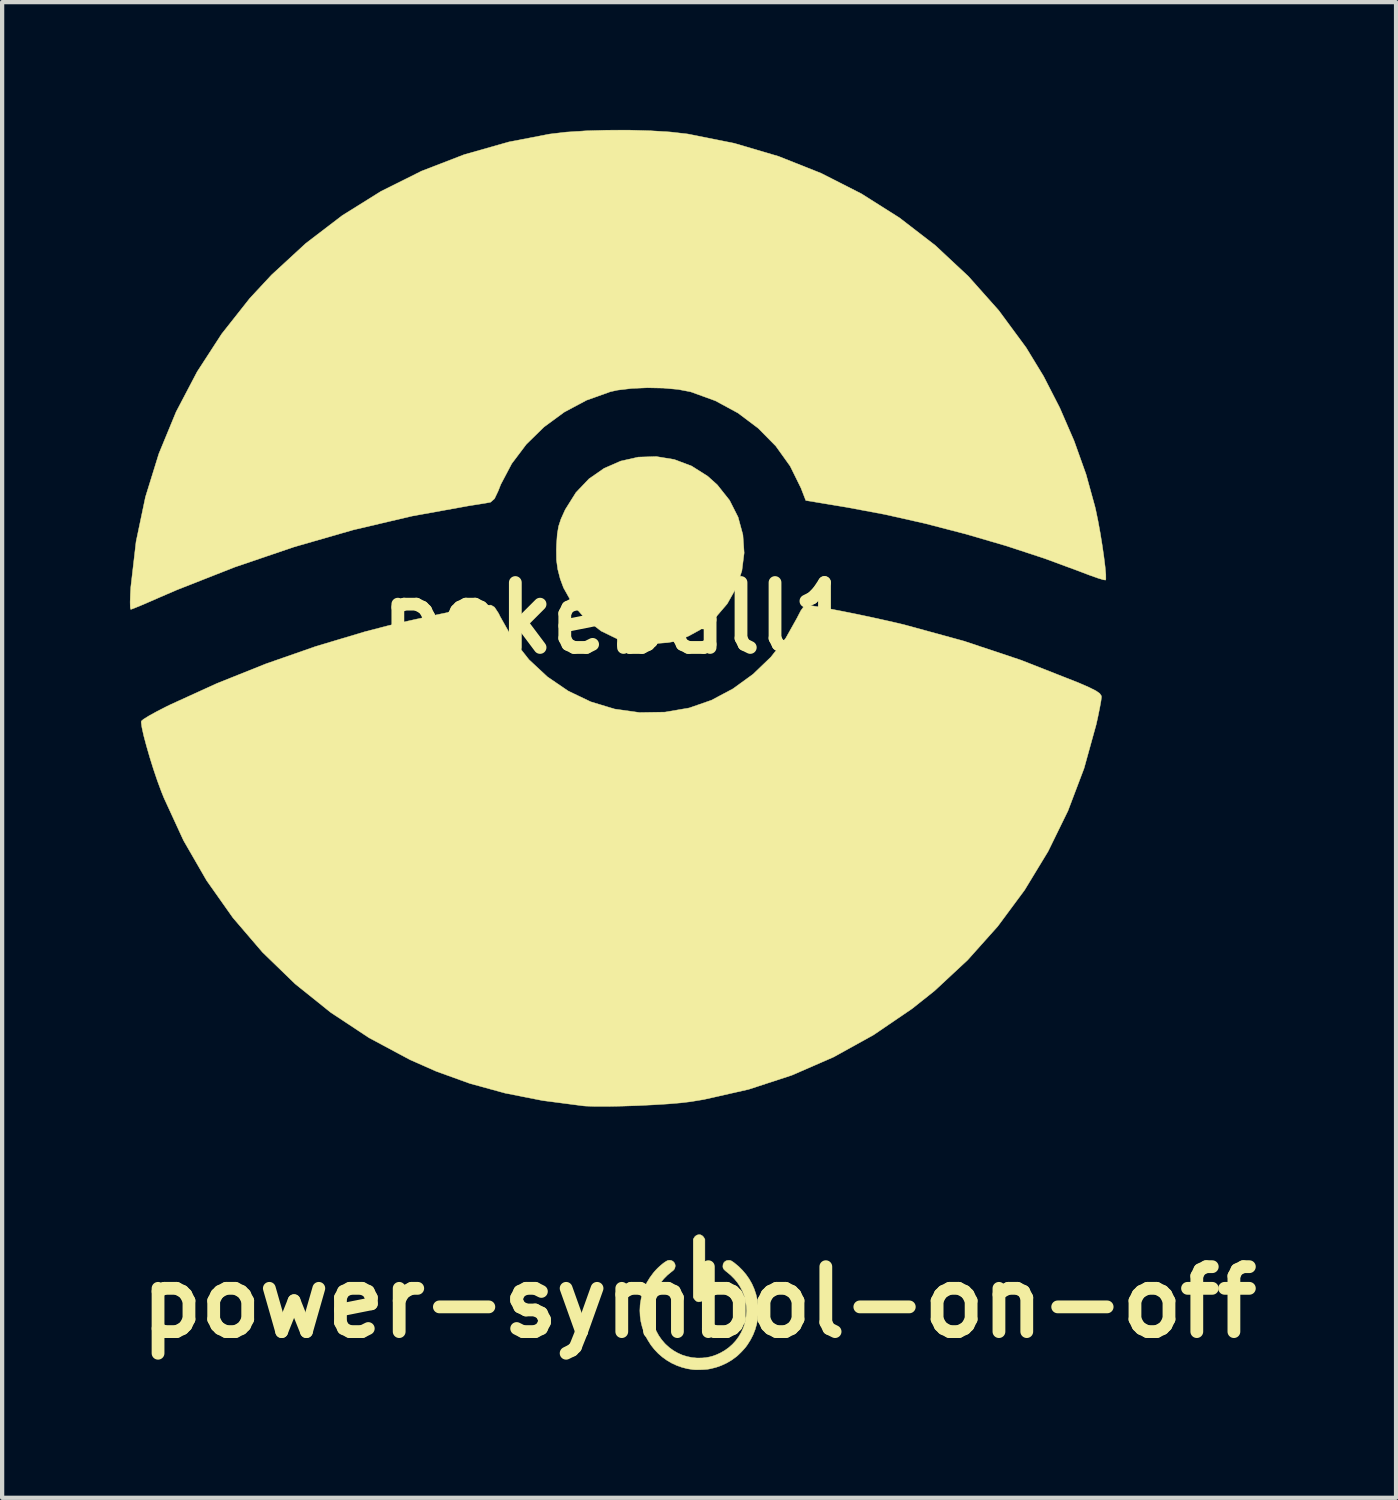
<source format=kicad_pcb>
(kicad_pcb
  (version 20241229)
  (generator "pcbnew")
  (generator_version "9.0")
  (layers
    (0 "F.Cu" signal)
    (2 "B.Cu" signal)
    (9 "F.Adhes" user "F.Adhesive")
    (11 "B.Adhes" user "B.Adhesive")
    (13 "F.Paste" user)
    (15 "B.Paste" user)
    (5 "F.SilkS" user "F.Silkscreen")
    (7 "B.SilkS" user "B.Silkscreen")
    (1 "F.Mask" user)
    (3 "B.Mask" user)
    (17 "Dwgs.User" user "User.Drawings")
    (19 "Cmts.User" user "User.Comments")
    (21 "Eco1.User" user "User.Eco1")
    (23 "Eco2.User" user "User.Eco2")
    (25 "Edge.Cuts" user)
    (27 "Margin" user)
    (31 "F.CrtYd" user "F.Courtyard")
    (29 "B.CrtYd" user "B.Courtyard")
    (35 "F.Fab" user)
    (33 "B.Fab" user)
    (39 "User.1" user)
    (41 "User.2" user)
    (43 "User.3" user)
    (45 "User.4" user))
  (footprint "power-symbol-on-off"
    (layer "F.Cu")
    (at 13.36 27.519)
    (property "Reference" "power-symbol-on-off" (at 0 0 0) (layer "F.SilkS") (effects (font (size 1.524 1.524) (thickness 0.3))))
    (attr through_hole)
    (fp_poly (pts (xy 0.028 -1.585) (xy 0.055 -1.574) (xy 0.083 -1.555) (xy 0.107 -1.529) (xy 0.12 -1.508) (xy 0.137 -1.477) (xy 0.137 -0.117) (xy 0.117 -0.083) (xy 0.092 -0.05) (xy 0.061 -0.026) (xy 0.025 -0.012) (xy -0.012 -0.009) (xy -0.03 -0.012) (xy -0.063 -0.026) (xy -0.093 -0.051) (xy -0.117 -0.082) (xy -0.118 -0.084) (xy -0.137 -0.117) (xy -0.137 -1.477) (xy -0.12 -1.508) (xy -0.096 -1.543) (xy -0.065 -1.568) (xy -0.029 -1.583) (xy 0.01 -1.587) (xy 0.028 -1.585)) (stroke (width 0.01) (type solid)) (fill yes) (layer "F.SilkS"))
    (fp_poly (pts (xy -0.647 -0.979) (xy -0.615 -0.962) (xy -0.589 -0.937) (xy -0.57 -0.907) (xy -0.56 -0.872) (xy -0.561 -0.834) (xy -0.572 -0.795) (xy -0.575 -0.789) (xy -0.585 -0.772) (xy -0.598 -0.756) (xy -0.618 -0.738) (xy -0.645 -0.717) (xy -0.649 -0.714) (xy -0.745 -0.635) (xy -0.83 -0.549) (xy -0.904 -0.457) (xy -0.967 -0.358) (xy -1.02 -0.254) (xy -1.061 -0.145) (xy -1.09 -0.031) (xy -1.108 0.088) (xy -1.11 0.114) (xy -1.113 0.232) (xy -1.103 0.348) (xy -1.081 0.462) (xy -1.048 0.573) (xy -1.003 0.68) (xy -0.947 0.782) (xy -0.88 0.878) (xy -0.803 0.968) (xy -0.782 0.989) (xy -0.694 1.068) (xy -0.599 1.136) (xy -0.499 1.193) (xy -0.393 1.24) (xy -0.282 1.274) (xy -0.168 1.298) (xy -0.051 1.309) (xy 0.068 1.308) (xy 0.074 1.308) (xy 0.163 1.299) (xy 0.246 1.284) (xy 0.327 1.262) (xy 0.409 1.232) (xy 0.494 1.193) (xy 0.498 1.191) (xy 0.601 1.133) (xy 0.696 1.065) (xy 0.783 0.988) (xy 0.861 0.903) (xy 0.93 0.81) (xy 0.989 0.709) (xy 1.037 0.602) (xy 1.055 0.553) (xy 1.087 0.438) (xy 1.106 0.321) (xy 1.114 0.204) (xy 1.109 0.088) (xy 1.092 -0.028) (xy 1.063 -0.141) (xy 1.057 -0.157) (xy 1.015 -0.266) (xy 0.962 -0.368) (xy 0.9 -0.463) (xy 0.826 -0.552) (xy 0.742 -0.636) (xy 0.662 -0.703) (xy 0.626 -0.731) (xy 0.6 -0.755) (xy 0.581 -0.775) (xy 0.569 -0.794) (xy 0.562 -0.813) (xy 0.559 -0.835) (xy 0.559 -0.85) (xy 0.564 -0.891) (xy 0.58 -0.926) (xy 0.605 -0.954) (xy 0.637 -0.974) (xy 0.675 -0.983) (xy 0.676 -0.983) (xy 0.701 -0.984) (xy 0.722 -0.983) (xy 0.742 -0.978) (xy 0.763 -0.968) (xy 0.788 -0.952) (xy 0.819 -0.93) (xy 0.832 -0.92) (xy 0.929 -0.84) (xy 1.019 -0.75) (xy 1.102 -0.652) (xy 1.175 -0.548) (xy 1.237 -0.44) (xy 1.243 -0.428) (xy 1.295 -0.31) (xy 1.336 -0.187) (xy 1.366 -0.06) (xy 1.384 0.069) (xy 1.39 0.198) (xy 1.388 0.248) (xy 1.377 0.382) (xy 1.353 0.512) (xy 1.317 0.639) (xy 1.269 0.762) (xy 1.209 0.88) (xy 1.137 0.995) (xy 1.096 1.051) (xy 1.071 1.081) (xy 1.039 1.117) (xy 1.002 1.157) (xy 0.963 1.196) (xy 0.925 1.233) (xy 0.89 1.265) (xy 0.866 1.284) (xy 0.758 1.362) (xy 0.643 1.429) (xy 0.522 1.485) (xy 0.397 1.529) (xy 0.268 1.561) (xy 0.225 1.569) (xy 0.185 1.575) (xy 0.136 1.579) (xy 0.081 1.582) (xy 0.024 1.584) (xy -0.032 1.585) (xy -0.083 1.585) (xy -0.126 1.582) (xy -0.143 1.581) (xy -0.276 1.56) (xy -0.404 1.527) (xy -0.527 1.483) (xy -0.645 1.428) (xy -0.757 1.362) (xy -0.861 1.287) (xy -0.959 1.202) (xy -1.048 1.108) (xy -1.129 1.006) (xy -1.2 0.894) (xy -1.238 0.826) (xy -1.293 0.705) (xy -1.335 0.581) (xy -1.366 0.454) (xy -1.384 0.325) (xy -1.39 0.196) (xy -1.384 0.066) (xy -1.381 0.042) (xy -1.359 -0.092) (xy -1.326 -0.22) (xy -1.281 -0.344) (xy -1.225 -0.463) (xy -1.156 -0.576) (xy -1.076 -0.685) (xy -1.046 -0.721) (xy -1.009 -0.762) (xy -0.969 -0.803) (xy -0.927 -0.842) (xy -0.884 -0.879) (xy -0.843 -0.913) (xy -0.804 -0.941) (xy -0.769 -0.963) (xy -0.741 -0.978) (xy -0.725 -0.983) (xy -0.684 -0.987) (xy -0.647 -0.979)) (stroke (width 0.01) (type solid)) (fill yes) (layer "F.SilkS")))
  (footprint "pokeball1"
    (layer "F.Cu")
    (at 11.478 11.459)
    (property "Reference" "pokeball1" (at 0 0 0) (layer "F.SilkS") (effects (font (size 1.524 1.524) (thickness 0.3))))
    (attr through_hole)
    (fp_poly (pts (xy 1.3 -3.723) (xy 1.706 -3.57) (xy 2.084 -3.331) (xy 2.309 -3.129) (xy 2.598 -2.765) (xy 2.798 -2.37) (xy 2.911 -1.954) (xy 2.94 -1.53) (xy 2.887 -1.111) (xy 2.754 -0.709) (xy 2.543 -0.335) (xy 2.258 -0.002) (xy 1.899 0.278) (xy 1.639 0.42) (xy 1.461 0.498) (xy 1.308 0.548) (xy 1.141 0.576) (xy 0.928 0.592) (xy 0.787 0.597) (xy 0.519 0.6) (xy 0.319 0.588) (xy 0.153 0.557) (xy 0 0.508) (xy -0.417 0.304) (xy -0.781 0.024) (xy -1.08 -0.319) (xy -1.3 -0.712) (xy -1.378 -0.923) (xy -1.436 -1.149) (xy -1.465 -1.363) (xy -1.468 -1.61) (xy -1.464 -1.726) (xy -1.447 -1.969) (xy -1.416 -2.154) (xy -1.359 -2.327) (xy -1.267 -2.531) (xy -1.254 -2.556) (xy -1.008 -2.948) (xy -0.702 -3.269) (xy -0.347 -3.516) (xy 0.043 -3.686) (xy 0.456 -3.779) (xy 0.879 -3.792) (xy 1.3 -3.723)) (stroke (width 0.01) (type solid)) (fill yes) (layer "F.SilkS"))
    (fp_poly (pts (xy 0.752 -11.439) (xy 1.215 -11.41) (xy 1.608 -11.365) (xy 1.626 -11.362) (xy 2.707 -11.146) (xy 3.748 -10.839) (xy 4.745 -10.443) (xy 5.693 -9.961) (xy 6.588 -9.395) (xy 7.427 -8.748) (xy 8.204 -8.022) (xy 8.917 -7.221) (xy 9.559 -6.35) (xy 9.969 -5.677) (xy 10.349 -4.936) (xy 10.686 -4.159) (xy 10.966 -3.375) (xy 11.176 -2.614) (xy 11.195 -2.532) (xy 11.248 -2.275) (xy 11.299 -1.995) (xy 11.345 -1.712) (xy 11.384 -1.444) (xy 11.413 -1.21) (xy 11.43 -1.027) (xy 11.431 -0.916) (xy 11.424 -0.892) (xy 11.37 -0.9) (xy 11.241 -0.939) (xy 11.055 -1.005) (xy 10.833 -1.089) (xy 10.819 -1.095) (xy 9.986 -1.402) (xy 9.081 -1.699) (xy 8.135 -1.975) (xy 7.179 -2.223) (xy 6.242 -2.434) (xy 5.356 -2.6) (xy 4.387 -2.761) (xy 4.274 -3.053) (xy 4.021 -3.566) (xy 3.684 -4.037) (xy 3.271 -4.456) (xy 2.795 -4.814) (xy 2.265 -5.101) (xy 1.692 -5.309) (xy 1.673 -5.314) (xy 1.391 -5.368) (xy 1.045 -5.399) (xy 0.67 -5.407) (xy 0.301 -5.391) (xy -0.027 -5.352) (xy -0.2 -5.314) (xy -0.76 -5.114) (xy -1.284 -4.834) (xy -1.758 -4.486) (xy -2.173 -4.08) (xy -2.515 -3.626) (xy -2.774 -3.135) (xy -2.834 -2.982) (xy -2.92 -2.802) (xy -3.012 -2.721) (xy -3.023 -2.718) (xy -3.121 -2.7) (xy -3.286 -2.673) (xy -3.484 -2.642) (xy -3.505 -2.639) (xy -4.854 -2.395) (xy -6.236 -2.07) (xy -7.629 -1.669) (xy -9.016 -1.197) (xy -10.376 -0.662) (xy -10.805 -0.477) (xy -11.036 -0.376) (xy -11.234 -0.291) (xy -11.379 -0.232) (xy -11.454 -0.204) (xy -11.459 -0.203) (xy -11.47 -0.25) (xy -11.473 -0.378) (xy -11.467 -0.564) (xy -11.458 -0.724) (xy -11.334 -1.794) (xy -11.114 -2.842) (xy -10.799 -3.859) (xy -10.394 -4.841) (xy -9.901 -5.781) (xy -9.323 -6.672) (xy -8.663 -7.508) (xy -8.153 -8.056) (xy -7.349 -8.797) (xy -6.493 -9.451) (xy -5.588 -10.016) (xy -4.633 -10.493) (xy -3.631 -10.88) (xy -2.584 -11.177) (xy -1.626 -11.362) (xy -1.237 -11.408) (xy -0.776 -11.438) (xy -0.272 -11.453) (xy 0.247 -11.454) (xy 0.752 -11.439)) (stroke (width 0.01) (type solid)) (fill yes) (layer "F.SilkS"))
    (fp_poly (pts (xy 4.499 -0.294) (xy 4.689 -0.264) (xy 4.943 -0.218) (xy 5.244 -0.16) (xy 5.573 -0.094) (xy 5.914 -0.022) (xy 6.249 0.052) (xy 6.561 0.123) (xy 6.705 0.158) (xy 8.089 0.537) (xy 9.442 0.988) (xy 10.799 1.522) (xy 10.808 1.526) (xy 11.043 1.629) (xy 11.198 1.707) (xy 11.287 1.769) (xy 11.324 1.824) (xy 11.328 1.851) (xy 11.317 1.942) (xy 11.287 2.107) (xy 11.244 2.319) (xy 11.204 2.499) (xy 10.919 3.528) (xy 10.542 4.523) (xy 10.075 5.477) (xy 9.524 6.384) (xy 8.893 7.236) (xy 8.187 8.026) (xy 7.409 8.75) (xy 6.883 9.168) (xy 5.979 9.784) (xy 5.038 10.305) (xy 4.06 10.731) (xy 3.045 11.063) (xy 1.992 11.301) (xy 1.676 11.353) (xy 1.448 11.38) (xy 1.151 11.405) (xy 0.809 11.426) (xy 0.444 11.444) (xy 0.08 11.456) (xy -0.261 11.463) (xy -0.555 11.463) (xy -0.779 11.455) (xy -0.838 11.45) (xy -1.793 11.325) (xy -2.673 11.151) (xy -3.5 10.924) (xy -4.289 10.639) (xy -4.902 10.368) (xy -5.864 9.853) (xy -6.764 9.258) (xy -7.599 8.588) (xy -8.365 7.846) (xy -9.06 7.035) (xy -9.679 6.158) (xy -10.22 5.22) (xy -10.679 4.223) (xy -10.739 4.074) (xy -10.831 3.826) (xy -10.924 3.552) (xy -11.012 3.271) (xy -11.09 3.001) (xy -11.154 2.762) (xy -11.196 2.572) (xy -11.213 2.449) (xy -11.21 2.418) (xy -11.158 2.373) (xy -11.03 2.294) (xy -10.845 2.192) (xy -10.619 2.076) (xy -10.533 2.034) (xy -9.441 1.536) (xy -8.293 1.076) (xy -7.122 0.667) (xy -5.963 0.32) (xy -5.436 0.183) (xy -5.102 0.103) (xy -4.744 0.023) (xy -4.379 -0.056) (xy -4.024 -0.13) (xy -3.696 -0.195) (xy -3.41 -0.247) (xy -3.184 -0.285) (xy -3.034 -0.303) (xy -3.003 -0.305) (xy -2.92 -0.256) (xy -2.825 -0.112) (xy -2.79 -0.04) (xy -2.486 0.499) (xy -2.112 0.974) (xy -1.676 1.38) (xy -1.189 1.712) (xy -0.66 1.965) (xy -0.099 2.135) (xy 0.485 2.217) (xy 1.082 2.207) (xy 1.651 2.109) (xy 2.174 1.927) (xy 2.678 1.659) (xy 3.148 1.318) (xy 3.566 0.917) (xy 3.918 0.469) (xy 4.186 -0.01) (xy 4.195 -0.029) (xy 4.272 -0.177) (xy 4.345 -0.277) (xy 4.39 -0.305) (xy 4.499 -0.294)) (stroke (width 0.01) (type solid)) (fill yes) (layer "F.SilkS")))
  (gr_rect
    (start -3 -3)
    (end 29.721 32.109)
    (stroke (width 0.1) (type default))
    (fill no)
    (layer "Edge.Cuts")))
</source>
